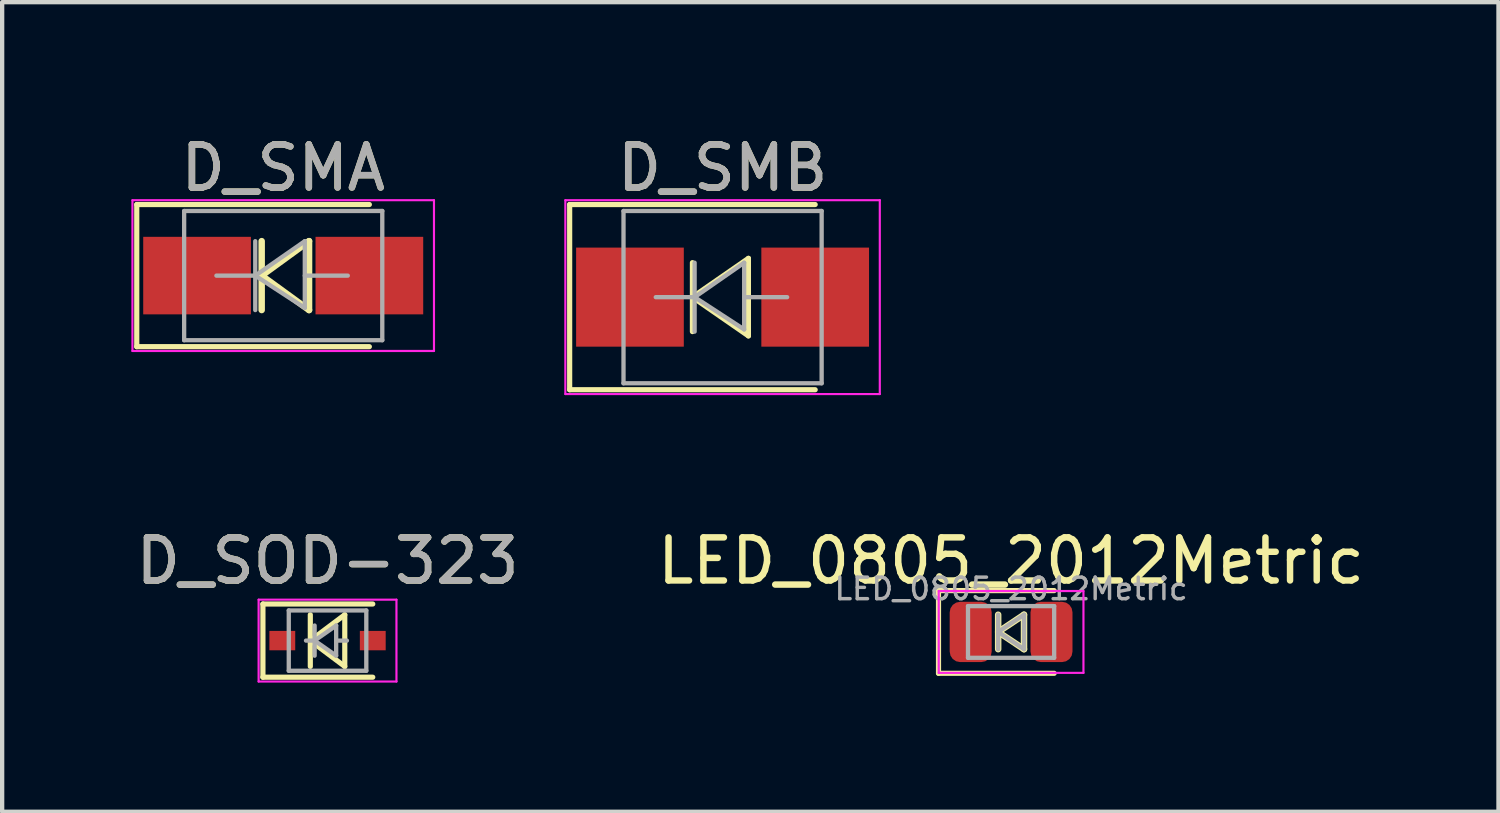
<source format=kicad_pcb>
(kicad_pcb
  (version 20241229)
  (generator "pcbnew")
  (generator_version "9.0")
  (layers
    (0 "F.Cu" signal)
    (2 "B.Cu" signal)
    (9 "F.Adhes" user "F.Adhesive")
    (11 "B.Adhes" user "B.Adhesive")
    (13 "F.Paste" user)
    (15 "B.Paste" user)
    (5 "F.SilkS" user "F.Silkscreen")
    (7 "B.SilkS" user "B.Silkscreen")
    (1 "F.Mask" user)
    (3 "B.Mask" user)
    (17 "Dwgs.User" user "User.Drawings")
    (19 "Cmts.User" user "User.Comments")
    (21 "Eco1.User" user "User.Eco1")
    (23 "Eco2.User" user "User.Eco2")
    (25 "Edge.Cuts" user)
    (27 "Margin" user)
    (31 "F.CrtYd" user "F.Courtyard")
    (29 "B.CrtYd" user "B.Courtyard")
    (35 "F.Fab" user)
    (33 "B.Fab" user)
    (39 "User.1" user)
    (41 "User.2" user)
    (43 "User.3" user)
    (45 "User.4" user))
  (footprint "D_SOD-323"
    (layer "F.Cu")
    (at 4.554 11.822)
    (property "Reference" "D_SOD-323" (at 0 -1.85 0) (layer "F.SilkS") (effects (font (size 1 1) (thickness 0.15))))
    (attr smd)
    (fp_line (start -1.5 -0.85) (end -1.5 0.85) (stroke (width 0.12) (type solid)) (layer "F.SilkS"))
    (fp_line (start -1.5 -0.85) (end 1.05 -0.85) (stroke (width 0.12) (type solid)) (layer "F.SilkS"))
    (fp_line (start -1.5 0.85) (end 1.05 0.85) (stroke (width 0.12) (type solid)) (layer "F.SilkS"))
    (fp_line (start -0.4 -0.6) (end -0.4 0.6) (stroke (width 0.12) (type solid)) (layer "F.SilkS"))
    (fp_line (start -0.4 0) (end 0.4 -0.6) (stroke (width 0.12) (type solid)) (layer "F.SilkS"))
    (fp_line (start 0.4 -0.6) (end 0.4 0.6) (stroke (width 0.12) (type solid)) (layer "F.SilkS"))
    (fp_line (start 0.4 0.6) (end -0.4 0) (stroke (width 0.12) (type solid)) (layer "F.SilkS"))
    (fp_line (start -1.6 -0.95) (end -1.6 0.95) (stroke (width 0.05) (type solid)) (layer "F.CrtYd"))
    (fp_line (start -1.6 -0.95) (end 1.6 -0.95) (stroke (width 0.05) (type solid)) (layer "F.CrtYd"))
    (fp_line (start -1.6 0.95) (end 1.6 0.95) (stroke (width 0.05) (type solid)) (layer "F.CrtYd"))
    (fp_line (start 1.6 -0.95) (end 1.6 0.95) (stroke (width 0.05) (type solid)) (layer "F.CrtYd"))
    (fp_line (start -0.9 -0.7) (end 0.9 -0.7) (stroke (width 0.1) (type solid)) (layer "F.Fab"))
    (fp_line (start -0.9 0.7) (end -0.9 -0.7) (stroke (width 0.1) (type solid)) (layer "F.Fab"))
    (fp_line (start -0.3 -0.35) (end -0.3 0.35) (stroke (width 0.1) (type solid)) (layer "F.Fab"))
    (fp_line (start -0.3 0) (end -0.5 0) (stroke (width 0.1) (type solid)) (layer "F.Fab"))
    (fp_line (start -0.3 0) (end 0.2 -0.35) (stroke (width 0.1) (type solid)) (layer "F.Fab"))
    (fp_line (start 0.2 -0.35) (end 0.2 0.35) (stroke (width 0.1) (type solid)) (layer "F.Fab"))
    (fp_line (start 0.2 0) (end 0.45 0) (stroke (width 0.1) (type solid)) (layer "F.Fab"))
    (fp_line (start 0.2 0.35) (end -0.3 0) (stroke (width 0.1) (type solid)) (layer "F.Fab"))
    (fp_line (start 0.9 -0.7) (end 0.9 0.7) (stroke (width 0.1) (type solid)) (layer "F.Fab"))
    (fp_line (start 0.9 0.7) (end -0.9 0.7) (stroke (width 0.1) (type solid)) (layer "F.Fab"))
    (fp_text user "${REFERENCE}" (at 0 -1.85 0) (layer "F.Fab") (effects (font (size 1 1) (thickness 0.15))))
    (pad "1" smd rect (at -1.05 0) (size 0.6 0.45) (layers "F.Cu" "F.Mask" "F.Paste"))
    (pad "2" smd rect (at 1.05 0) (size 0.6 0.45) (layers "F.Cu" "F.Mask" "F.Paste")))
  (footprint "D_SMB"
    (layer "F.Cu")
    (at 13.725 3.848)
    (property "Reference" "D_SMB" (at 0 -3 0) (layer "F.SilkS") (effects (font (size 1 1) (thickness 0.15))))
    (attr smd)
    (fp_line (start -3.55 -2.15) (end -3.55 2.15) (stroke (width 0.12) (type solid)) (layer "F.SilkS"))
    (fp_line (start -3.55 -2.15) (end 2.15 -2.15) (stroke (width 0.12) (type solid)) (layer "F.SilkS"))
    (fp_line (start -3.55 2.15) (end 2.15 2.15) (stroke (width 0.12) (type solid)) (layer "F.SilkS"))
    (fp_line (start -0.7 -0.8) (end -0.7 0.8) (stroke (width 0.12) (type solid)) (layer "F.SilkS"))
    (fp_line (start -0.7 0) (end 0.6 -0.9) (stroke (width 0.12) (type solid)) (layer "F.SilkS"))
    (fp_line (start -0.7 0) (end 0.6 0.9) (stroke (width 0.12) (type solid)) (layer "F.SilkS"))
    (fp_line (start 0.6 -0.9) (end 0.6 0.9) (stroke (width 0.12) (type solid)) (layer "F.SilkS"))
    (fp_line (start -3.65 -2.25) (end 3.65 -2.25) (stroke (width 0.05) (type solid)) (layer "F.CrtYd"))
    (fp_line (start -3.65 2.25) (end -3.65 -2.25) (stroke (width 0.05) (type solid)) (layer "F.CrtYd"))
    (fp_line (start 3.65 -2.25) (end 3.65 2.25) (stroke (width 0.05) (type solid)) (layer "F.CrtYd"))
    (fp_line (start 3.65 2.25) (end -3.65 2.25) (stroke (width 0.05) (type solid)) (layer "F.CrtYd"))
    (fp_line (start -2.3 2) (end -2.3 -2) (stroke (width 0.1) (type solid)) (layer "F.Fab"))
    (fp_line (start -0.649 -0.799) (end -0.649 0.801) (stroke (width 0.1) (type solid)) (layer "F.Fab"))
    (fp_line (start -0.649 0.001) (end -1.551 0.001) (stroke (width 0.1) (type solid)) (layer "F.Fab"))
    (fp_line (start -0.649 0.001) (end 0.501 -0.799) (stroke (width 0.1) (type solid)) (layer "F.Fab"))
    (fp_line (start -0.649 0.001) (end 0.501 0.75) (stroke (width 0.1) (type solid)) (layer "F.Fab"))
    (fp_line (start 0.501 0.001) (end 1.499 0.001) (stroke (width 0.1) (type solid)) (layer "F.Fab"))
    (fp_line (start 0.501 0.75) (end 0.501 -0.799) (stroke (width 0.1) (type solid)) (layer "F.Fab"))
    (fp_line (start 2.3 -2) (end -2.3 -2) (stroke (width 0.1) (type solid)) (layer "F.Fab"))
    (fp_line (start 2.3 -2) (end 2.3 2) (stroke (width 0.1) (type solid)) (layer "F.Fab"))
    (fp_line (start 2.3 2) (end -2.3 2) (stroke (width 0.1) (type solid)) (layer "F.Fab"))
    (fp_text user "${REFERENCE}" (at 0 -3 0) (layer "F.Fab") (effects (font (size 1 1) (thickness 0.15))))
    (pad "1" smd rect (at -2.15 0) (size 2.5 2.3) (layers "F.Cu" "F.Mask" "F.Paste"))
    (pad "2" smd rect (at 2.15 0) (size 2.5 2.3) (layers "F.Cu" "F.Mask" "F.Paste")))
  (footprint "D_SMA"
    (layer "F.Cu")
    (at 3.525 3.348)
    (property "Reference" "D_SMA" (at 0 -2.5 0) (layer "F.SilkS") (effects (font (size 1 1) (thickness 0.15))))
    (attr smd)
    (fp_line (start -3.4 -1.65) (end -3.4 1.65) (stroke (width 0.12) (type solid)) (layer "F.SilkS"))
    (fp_line (start -3.4 -1.65) (end 2 -1.65) (stroke (width 0.12) (type solid)) (layer "F.SilkS"))
    (fp_line (start -3.4 1.65) (end 2 1.65) (stroke (width 0.12) (type solid)) (layer "F.SilkS"))
    (fp_line (start -0.5 -0.8) (end -0.5 0.8) (stroke (width 0.15) (type solid)) (layer "F.SilkS"))
    (fp_line (start -0.5 0) (end 0.6 -0.8) (stroke (width 0.15) (type solid)) (layer "F.SilkS"))
    (fp_line (start 0.6 -0.8) (end 0.6 0.8) (stroke (width 0.15) (type solid)) (layer "F.SilkS"))
    (fp_line (start 0.6 0.8) (end -0.5 0) (stroke (width 0.15) (type solid)) (layer "F.SilkS"))
    (fp_line (start -3.5 -1.75) (end 3.5 -1.75) (stroke (width 0.05) (type solid)) (layer "F.CrtYd"))
    (fp_line (start -3.5 1.75) (end -3.5 -1.75) (stroke (width 0.05) (type solid)) (layer "F.CrtYd"))
    (fp_line (start 3.5 -1.75) (end 3.5 1.75) (stroke (width 0.05) (type solid)) (layer "F.CrtYd"))
    (fp_line (start 3.5 1.75) (end -3.5 1.75) (stroke (width 0.05) (type solid)) (layer "F.CrtYd"))
    (fp_line (start -2.3 1.5) (end -2.3 -1.5) (stroke (width 0.1) (type solid)) (layer "F.Fab"))
    (fp_line (start -0.649 -0.799) (end -0.649 0.801) (stroke (width 0.1) (type solid)) (layer "F.Fab"))
    (fp_line (start -0.649 0.001) (end -1.551 0.001) (stroke (width 0.1) (type solid)) (layer "F.Fab"))
    (fp_line (start -0.649 0.001) (end 0.501 -0.799) (stroke (width 0.1) (type solid)) (layer "F.Fab"))
    (fp_line (start -0.649 0.001) (end 0.501 0.75) (stroke (width 0.1) (type solid)) (layer "F.Fab"))
    (fp_line (start 0.501 0.001) (end 1.499 0.001) (stroke (width 0.1) (type solid)) (layer "F.Fab"))
    (fp_line (start 0.501 0.75) (end 0.501 -0.799) (stroke (width 0.1) (type solid)) (layer "F.Fab"))
    (fp_line (start 2.3 -1.5) (end -2.3 -1.5) (stroke (width 0.1) (type solid)) (layer "F.Fab"))
    (fp_line (start 2.3 -1.5) (end 2.3 1.5) (stroke (width 0.1) (type solid)) (layer "F.Fab"))
    (fp_line (start 2.3 1.5) (end -2.3 1.5) (stroke (width 0.1) (type solid)) (layer "F.Fab"))
    (fp_text user "${REFERENCE}" (at 0 -2.5 0) (layer "F.Fab") (effects (font (size 1 1) (thickness 0.15))))
    (pad "1" smd rect (at -2 0) (size 2.5 1.8) (layers "F.Cu" "F.Mask" "F.Paste"))
    (pad "2" smd rect (at 2 0) (size 2.5 1.8) (layers "F.Cu" "F.Mask" "F.Paste")))
  (footprint "LED_0805_2012Metric"
    (layer "F.Cu")
    (at 20.423 11.621)
    (property "Reference" "LED_0805_2012Metric" (at 0 -1.65 0) (layer "F.SilkS") (effects (font (size 1 1) (thickness 0.15))))
    (attr smd)
    (fp_line (start -1.685 -0.96) (end -1.685 0.96) (stroke (width 0.12) (type solid)) (layer "F.SilkS"))
    (fp_line (start -1.685 0.96) (end 1 0.96) (stroke (width 0.12) (type solid)) (layer "F.SilkS"))
    (fp_line (start -0.3 -0.4) (end -0.3 0.4) (stroke (width 0.15) (type solid)) (layer "F.SilkS"))
    (fp_line (start -0.3 0) (end 0.3 -0.4) (stroke (width 0.15) (type solid)) (layer "F.SilkS"))
    (fp_line (start 0.3 -0.4) (end 0.3 0.4) (stroke (width 0.15) (type solid)) (layer "F.SilkS"))
    (fp_line (start 0.3 0.4) (end -0.3 0) (stroke (width 0.15) (type solid)) (layer "F.SilkS"))
    (fp_line (start 1 -0.96) (end -1.685 -0.96) (stroke (width 0.12) (type solid)) (layer "F.SilkS"))
    (fp_line (start -1.68 -0.95) (end 1.68 -0.95) (stroke (width 0.05) (type solid)) (layer "F.CrtYd"))
    (fp_line (start -1.68 0.95) (end -1.68 -0.95) (stroke (width 0.05) (type solid)) (layer "F.CrtYd"))
    (fp_line (start 1.68 -0.95) (end 1.68 0.95) (stroke (width 0.05) (type solid)) (layer "F.CrtYd"))
    (fp_line (start 1.68 0.95) (end -1.68 0.95) (stroke (width 0.05) (type solid)) (layer "F.CrtYd"))
    (fp_line (start -1 -0.6) (end -1 0.6) (stroke (width 0.1) (type solid)) (layer "F.Fab"))
    (fp_line (start -1 0.6) (end 1 0.6) (stroke (width 0.1) (type solid)) (layer "F.Fab"))
    (fp_line (start -0.3 -0.4) (end -0.3 0.4) (stroke (width 0.1) (type solid)) (layer "F.Fab"))
    (fp_line (start -0.3 0) (end 0.3 -0.4) (stroke (width 0.1) (type solid)) (layer "F.Fab"))
    (fp_line (start 0.3 -0.4) (end 0.3 0.4) (stroke (width 0.1) (type solid)) (layer "F.Fab"))
    (fp_line (start 0.3 0.4) (end -0.3 0) (stroke (width 0.1) (type solid)) (layer "F.Fab"))
    (fp_line (start 1 -0.6) (end -1 -0.6) (stroke (width 0.1) (type solid)) (layer "F.Fab"))
    (fp_line (start 1 0.6) (end 1 -0.6) (stroke (width 0.1) (type solid)) (layer "F.Fab"))
    (fp_text user "${REFERENCE}" (at 0 -1 0) (layer "F.Fab") (effects (font (size 0.5 0.5) (thickness 0.08))))
    (pad "1" smd roundrect (at -0.938 0) (size 0.975 1.4) (layers "F.Cu" "F.Mask" "F.Paste") (roundrect_rratio 0.25))
    (pad "2" smd roundrect (at 0.938 0) (size 0.975 1.4) (layers "F.Cu" "F.Mask" "F.Paste") (roundrect_rratio 0.25)))
  (gr_rect
    (start -3 -3)
    (end 31.738 15.796)
    (stroke (width 0.1) (type default))
    (fill no)
    (layer "Edge.Cuts")))
</source>
